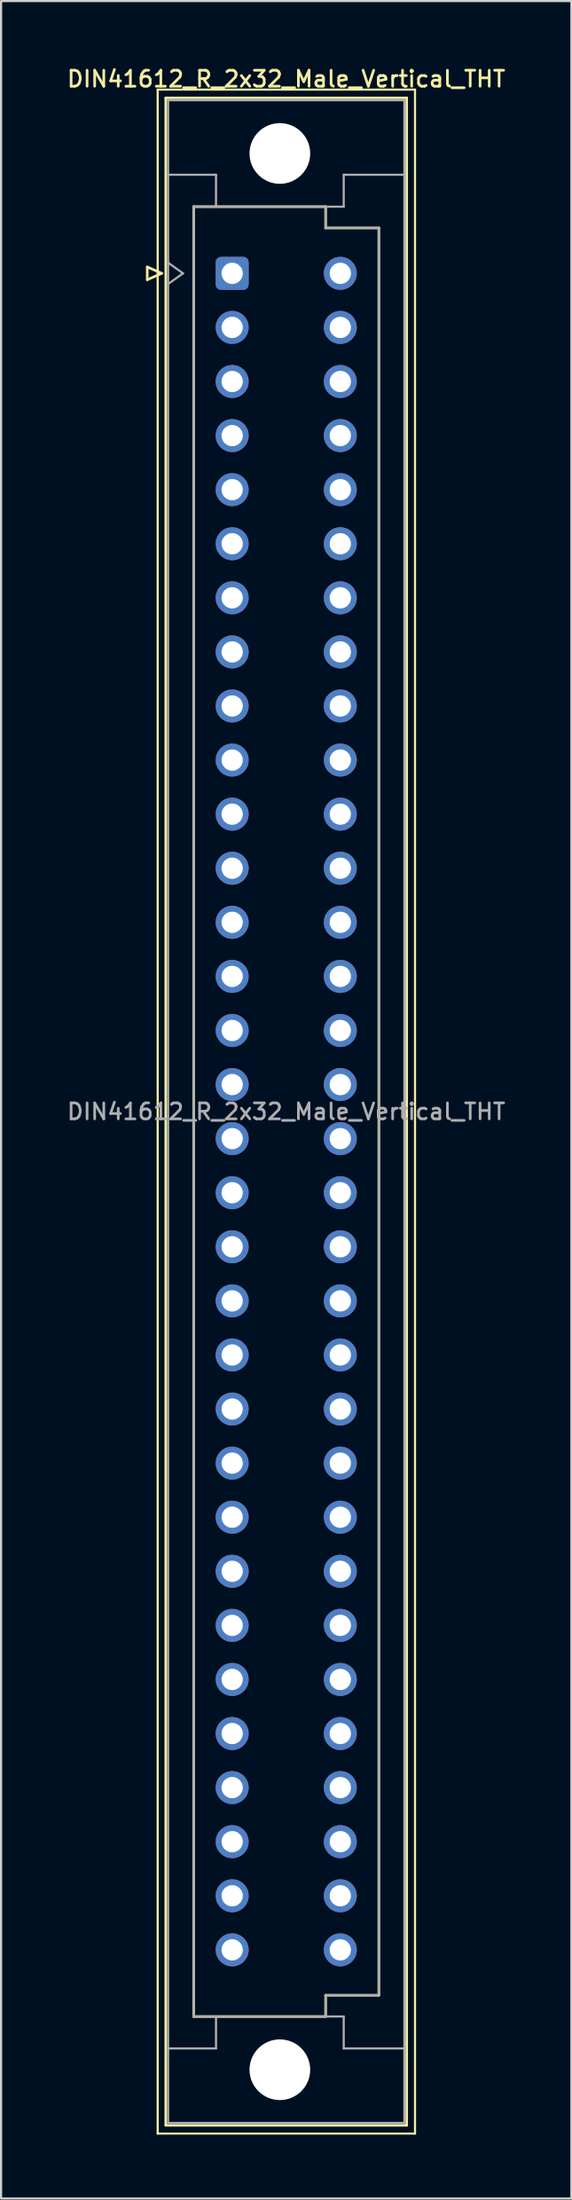
<source format=kicad_pcb>
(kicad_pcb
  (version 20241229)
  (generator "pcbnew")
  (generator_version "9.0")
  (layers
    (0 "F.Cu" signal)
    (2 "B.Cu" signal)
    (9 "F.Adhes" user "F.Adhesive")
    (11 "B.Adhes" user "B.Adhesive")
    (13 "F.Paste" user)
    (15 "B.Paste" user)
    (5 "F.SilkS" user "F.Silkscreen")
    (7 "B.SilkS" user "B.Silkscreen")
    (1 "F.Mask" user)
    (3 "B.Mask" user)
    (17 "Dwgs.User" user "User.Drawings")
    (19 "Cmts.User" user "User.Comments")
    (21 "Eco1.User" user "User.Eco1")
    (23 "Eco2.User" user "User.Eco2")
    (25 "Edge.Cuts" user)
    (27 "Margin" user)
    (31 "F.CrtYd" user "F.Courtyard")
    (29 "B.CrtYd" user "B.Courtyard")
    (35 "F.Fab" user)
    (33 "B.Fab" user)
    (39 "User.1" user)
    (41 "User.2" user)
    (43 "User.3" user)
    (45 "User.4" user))
  (footprint "DIN41612_R_2x32_Male_Vertical_THT"
    (layer "F.Cu")
    (at 7.858 9.788)
    (property "Reference" "DIN41612_R_2x32_Male_Vertical_THT" (at 2.54 -9.13 0) (layer "F.SilkS") (effects (font (size 0.75 0.75) (thickness 0.125))))
    (attr through_hole)
    (fp_line (start -3.99 -0.3) (end -3.99 0.3) (stroke (width 0.12) (type solid)) (layer "F.SilkS"))
    (fp_line (start -3.99 0.3) (end -3.31 0) (stroke (width 0.12) (type solid)) (layer "F.SilkS"))
    (fp_line (start -3.5 -8.63) (end 8.59 -8.63) (stroke (width 0.1) (type solid)) (layer "F.SilkS"))
    (fp_line (start -3.5 87.37) (end -3.5 -8.63) (stroke (width 0.1) (type solid)) (layer "F.SilkS"))
    (fp_line (start -3.31 0) (end -3.99 -0.3) (stroke (width 0.12) (type solid)) (layer "F.SilkS"))
    (fp_line (start -3.12 -8.24) (end 8.2 -8.24) (stroke (width 0.12) (type solid)) (layer "F.SilkS"))
    (fp_line (start -3.12 86.98) (end -3.12 -8.24) (stroke (width 0.12) (type solid)) (layer "F.SilkS"))
    (fp_line (start -1.81 -3.131) (end 4.39 -3.131) (stroke (width 0.12) (type solid)) (layer "F.SilkS"))
    (fp_line (start -1.81 81.87) (end -1.81 -3.131) (stroke (width 0.12) (type solid)) (layer "F.SilkS"))
    (fp_line (start 4.39 -3.131) (end 4.39 -2.131) (stroke (width 0.12) (type solid)) (layer "F.SilkS"))
    (fp_line (start 4.39 -2.131) (end 6.89 -2.131) (stroke (width 0.12) (type solid)) (layer "F.SilkS"))
    (fp_line (start 4.39 80.87) (end 4.39 81.87) (stroke (width 0.12) (type solid)) (layer "F.SilkS"))
    (fp_line (start 4.39 81.87) (end -1.81 81.87) (stroke (width 0.12) (type solid)) (layer "F.SilkS"))
    (fp_line (start 6.89 -2.131) (end 6.89 80.87) (stroke (width 0.12) (type solid)) (layer "F.SilkS"))
    (fp_line (start 6.89 80.87) (end 4.39 80.87) (stroke (width 0.12) (type solid)) (layer "F.SilkS"))
    (fp_line (start 8.2 -8.24) (end 8.2 86.98) (stroke (width 0.12) (type solid)) (layer "F.SilkS"))
    (fp_line (start 8.2 86.98) (end -3.12 86.98) (stroke (width 0.12) (type solid)) (layer "F.SilkS"))
    (fp_line (start 8.59 -8.63) (end 8.59 87.37) (stroke (width 0.1) (type solid)) (layer "F.SilkS"))
    (fp_line (start 8.59 87.37) (end -3.5 87.37) (stroke (width 0.1) (type solid)) (layer "F.SilkS"))
    (fp_line (start -3.01 -8.13) (end 8.09 -8.13) (stroke (width 0.1) (type solid)) (layer "F.Fab"))
    (fp_line (start -3.01 -4.63) (end -0.76 -4.63) (stroke (width 0.1) (type solid)) (layer "F.Fab"))
    (fp_line (start -3.01 -0.5) (end -2.31 0) (stroke (width 0.1) (type solid)) (layer "F.Fab"))
    (fp_line (start -3.01 83.37) (end -0.76 83.37) (stroke (width 0.1) (type solid)) (layer "F.Fab"))
    (fp_line (start -3.01 86.87) (end -3.01 -8.13) (stroke (width 0.1) (type solid)) (layer "F.Fab"))
    (fp_line (start -2.31 0) (end -3.01 0.5) (stroke (width 0.1) (type solid)) (layer "F.Fab"))
    (fp_line (start -1.81 -3.13) (end 4.39 -3.13) (stroke (width 0.1) (type solid)) (layer "F.Fab"))
    (fp_line (start -1.81 81.87) (end -1.81 -3.13) (stroke (width 0.1) (type solid)) (layer "F.Fab"))
    (fp_line (start -0.76 -4.63) (end -0.76 -3.13) (stroke (width 0.1) (type solid)) (layer "F.Fab"))
    (fp_line (start -0.76 83.37) (end -0.76 81.87) (stroke (width 0.1) (type solid)) (layer "F.Fab"))
    (fp_line (start 4.39 -3.13) (end 4.39 -2.13) (stroke (width 0.1) (type solid)) (layer "F.Fab"))
    (fp_line (start 4.39 -3.13) (end 5.24 -3.13) (stroke (width 0.1) (type solid)) (layer "F.Fab"))
    (fp_line (start 4.39 -2.13) (end 6.89 -2.13) (stroke (width 0.1) (type solid)) (layer "F.Fab"))
    (fp_line (start 4.39 80.87) (end 4.39 81.87) (stroke (width 0.1) (type solid)) (layer "F.Fab"))
    (fp_line (start 4.39 81.87) (end -1.81 81.87) (stroke (width 0.1) (type solid)) (layer "F.Fab"))
    (fp_line (start 4.39 81.87) (end 5.24 81.87) (stroke (width 0.1) (type solid)) (layer "F.Fab"))
    (fp_line (start 5.24 -4.63) (end 8.09 -4.63) (stroke (width 0.1) (type solid)) (layer "F.Fab"))
    (fp_line (start 5.24 -3.13) (end 5.24 -4.63) (stroke (width 0.1) (type solid)) (layer "F.Fab"))
    (fp_line (start 5.24 81.87) (end 5.24 83.37) (stroke (width 0.1) (type solid)) (layer "F.Fab"))
    (fp_line (start 5.24 83.37) (end 8.09 83.37) (stroke (width 0.1) (type solid)) (layer "F.Fab"))
    (fp_line (start 6.89 -2.13) (end 6.89 80.87) (stroke (width 0.1) (type solid)) (layer "F.Fab"))
    (fp_line (start 6.89 80.87) (end 4.39 80.87) (stroke (width 0.1) (type solid)) (layer "F.Fab"))
    (fp_line (start 8.09 -8.13) (end 8.09 86.87) (stroke (width 0.1) (type solid)) (layer "F.Fab"))
    (fp_line (start 8.09 86.87) (end -3.01 86.87) (stroke (width 0.1) (type solid)) (layer "F.Fab"))
    (fp_text user "${REFERENCE}" (at 2.54 39.37 0) (layer "F.Fab") (effects (font (size 0.75 0.75) (thickness 0.125))))
    (pad "" np_thru_hole circle (at 2.24 -5.63) (size 2.85 2.85) (drill 2.85) (layers "*.Cu" "*.Mask"))
    (pad "" np_thru_hole circle (at 2.24 84.37) (size 2.85 2.85) (drill 2.85) (layers "*.Cu" "*.Mask"))
    (pad "a1" thru_hole roundrect (at 0 0) (size 1.55 1.55) (drill 1) (layers "*.Cu" "*.Mask") (roundrect_rratio 0.161))
    (pad "a2" thru_hole circle (at 0 2.54) (size 1.55 1.55) (drill 1) (layers "*.Cu" "*.Mask"))
    (pad "a3" thru_hole circle (at 0 5.08) (size 1.55 1.55) (drill 1) (layers "*.Cu" "*.Mask"))
    (pad "a4" thru_hole circle (at 0 7.62) (size 1.55 1.55) (drill 1) (layers "*.Cu" "*.Mask"))
    (pad "a5" thru_hole circle (at 0 10.16) (size 1.55 1.55) (drill 1) (layers "*.Cu" "*.Mask"))
    (pad "a6" thru_hole circle (at 0 12.7) (size 1.55 1.55) (drill 1) (layers "*.Cu" "*.Mask"))
    (pad "a7" thru_hole circle (at 0 15.24) (size 1.55 1.55) (drill 1) (layers "*.Cu" "*.Mask"))
    (pad "a8" thru_hole circle (at 0 17.78) (size 1.55 1.55) (drill 1) (layers "*.Cu" "*.Mask"))
    (pad "a9" thru_hole circle (at 0 20.32) (size 1.55 1.55) (drill 1) (layers "*.Cu" "*.Mask"))
    (pad "a10" thru_hole circle (at 0 22.86) (size 1.55 1.55) (drill 1) (layers "*.Cu" "*.Mask"))
    (pad "a11" thru_hole circle (at 0 25.4) (size 1.55 1.55) (drill 1) (layers "*.Cu" "*.Mask"))
    (pad "a12" thru_hole circle (at 0 27.94) (size 1.55 1.55) (drill 1) (layers "*.Cu" "*.Mask"))
    (pad "a13" thru_hole circle (at 0 30.48) (size 1.55 1.55) (drill 1) (layers "*.Cu" "*.Mask"))
    (pad "a14" thru_hole circle (at 0 33.02) (size 1.55 1.55) (drill 1) (layers "*.Cu" "*.Mask"))
    (pad "a15" thru_hole circle (at 0 35.56) (size 1.55 1.55) (drill 1) (layers "*.Cu" "*.Mask"))
    (pad "a16" thru_hole circle (at 0 38.1) (size 1.55 1.55) (drill 1) (layers "*.Cu" "*.Mask"))
    (pad "a17" thru_hole circle (at 0 40.64) (size 1.55 1.55) (drill 1) (layers "*.Cu" "*.Mask"))
    (pad "a18" thru_hole circle (at 0 43.18) (size 1.55 1.55) (drill 1) (layers "*.Cu" "*.Mask"))
    (pad "a19" thru_hole circle (at 0 45.72) (size 1.55 1.55) (drill 1) (layers "*.Cu" "*.Mask"))
    (pad "a20" thru_hole circle (at 0 48.26) (size 1.55 1.55) (drill 1) (layers "*.Cu" "*.Mask"))
    (pad "a21" thru_hole circle (at 0 50.8) (size 1.55 1.55) (drill 1) (layers "*.Cu" "*.Mask"))
    (pad "a22" thru_hole circle (at 0 53.34) (size 1.55 1.55) (drill 1) (layers "*.Cu" "*.Mask"))
    (pad "a23" thru_hole circle (at 0 55.88) (size 1.55 1.55) (drill 1) (layers "*.Cu" "*.Mask"))
    (pad "a24" thru_hole circle (at 0 58.42) (size 1.55 1.55) (drill 1) (layers "*.Cu" "*.Mask"))
    (pad "a25" thru_hole circle (at 0 60.96) (size 1.55 1.55) (drill 1) (layers "*.Cu" "*.Mask"))
    (pad "a26" thru_hole circle (at 0 63.5) (size 1.55 1.55) (drill 1) (layers "*.Cu" "*.Mask"))
    (pad "a27" thru_hole circle (at 0 66.04) (size 1.55 1.55) (drill 1) (layers "*.Cu" "*.Mask"))
    (pad "a28" thru_hole circle (at 0 68.58) (size 1.55 1.55) (drill 1) (layers "*.Cu" "*.Mask"))
    (pad "a29" thru_hole circle (at 0 71.12) (size 1.55 1.55) (drill 1) (layers "*.Cu" "*.Mask"))
    (pad "a30" thru_hole circle (at 0 73.66) (size 1.55 1.55) (drill 1) (layers "*.Cu" "*.Mask"))
    (pad "a31" thru_hole circle (at 0 76.2) (size 1.55 1.55) (drill 1) (layers "*.Cu" "*.Mask"))
    (pad "a32" thru_hole circle (at 0 78.74) (size 1.55 1.55) (drill 1) (layers "*.Cu" "*.Mask"))
    (pad "c1" thru_hole circle (at 5.08 0) (size 1.55 1.55) (drill 1) (layers "*.Cu" "*.Mask"))
    (pad "c2" thru_hole circle (at 5.08 2.54) (size 1.55 1.55) (drill 1) (layers "*.Cu" "*.Mask"))
    (pad "c3" thru_hole circle (at 5.08 5.08) (size 1.55 1.55) (drill 1) (layers "*.Cu" "*.Mask"))
    (pad "c4" thru_hole circle (at 5.08 7.62) (size 1.55 1.55) (drill 1) (layers "*.Cu" "*.Mask"))
    (pad "c5" thru_hole circle (at 5.08 10.16) (size 1.55 1.55) (drill 1) (layers "*.Cu" "*.Mask"))
    (pad "c6" thru_hole circle (at 5.08 12.7) (size 1.55 1.55) (drill 1) (layers "*.Cu" "*.Mask"))
    (pad "c7" thru_hole circle (at 5.08 15.24) (size 1.55 1.55) (drill 1) (layers "*.Cu" "*.Mask"))
    (pad "c8" thru_hole circle (at 5.08 17.78) (size 1.55 1.55) (drill 1) (layers "*.Cu" "*.Mask"))
    (pad "c9" thru_hole circle (at 5.08 20.32) (size 1.55 1.55) (drill 1) (layers "*.Cu" "*.Mask"))
    (pad "c10" thru_hole circle (at 5.08 22.86) (size 1.55 1.55) (drill 1) (layers "*.Cu" "*.Mask"))
    (pad "c11" thru_hole circle (at 5.08 25.4) (size 1.55 1.55) (drill 1) (layers "*.Cu" "*.Mask"))
    (pad "c12" thru_hole circle (at 5.08 27.94) (size 1.55 1.55) (drill 1) (layers "*.Cu" "*.Mask"))
    (pad "c13" thru_hole circle (at 5.08 30.48) (size 1.55 1.55) (drill 1) (layers "*.Cu" "*.Mask"))
    (pad "c14" thru_hole circle (at 5.08 33.02) (size 1.55 1.55) (drill 1) (layers "*.Cu" "*.Mask"))
    (pad "c15" thru_hole circle (at 5.08 35.56) (size 1.55 1.55) (drill 1) (layers "*.Cu" "*.Mask"))
    (pad "c16" thru_hole circle (at 5.08 38.1) (size 1.55 1.55) (drill 1) (layers "*.Cu" "*.Mask"))
    (pad "c17" thru_hole circle (at 5.08 40.64) (size 1.55 1.55) (drill 1) (layers "*.Cu" "*.Mask"))
    (pad "c18" thru_hole circle (at 5.08 43.18) (size 1.55 1.55) (drill 1) (layers "*.Cu" "*.Mask"))
    (pad "c19" thru_hole circle (at 5.08 45.72) (size 1.55 1.55) (drill 1) (layers "*.Cu" "*.Mask"))
    (pad "c20" thru_hole circle (at 5.08 48.26) (size 1.55 1.55) (drill 1) (layers "*.Cu" "*.Mask"))
    (pad "c21" thru_hole circle (at 5.08 50.8) (size 1.55 1.55) (drill 1) (layers "*.Cu" "*.Mask"))
    (pad "c22" thru_hole circle (at 5.08 53.34) (size 1.55 1.55) (drill 1) (layers "*.Cu" "*.Mask"))
    (pad "c23" thru_hole circle (at 5.08 55.88) (size 1.55 1.55) (drill 1) (layers "*.Cu" "*.Mask"))
    (pad "c24" thru_hole circle (at 5.08 58.42) (size 1.55 1.55) (drill 1) (layers "*.Cu" "*.Mask"))
    (pad "c25" thru_hole circle (at 5.08 60.96) (size 1.55 1.55) (drill 1) (layers "*.Cu" "*.Mask"))
    (pad "c26" thru_hole circle (at 5.08 63.5) (size 1.55 1.55) (drill 1) (layers "*.Cu" "*.Mask"))
    (pad "c27" thru_hole circle (at 5.08 66.04) (size 1.55 1.55) (drill 1) (layers "*.Cu" "*.Mask"))
    (pad "c28" thru_hole circle (at 5.08 68.58) (size 1.55 1.55) (drill 1) (layers "*.Cu" "*.Mask"))
    (pad "c29" thru_hole circle (at 5.08 71.12) (size 1.55 1.55) (drill 1) (layers "*.Cu" "*.Mask"))
    (pad "c30" thru_hole circle (at 5.08 73.66) (size 1.55 1.55) (drill 1) (layers "*.Cu" "*.Mask"))
    (pad "c31" thru_hole circle (at 5.08 76.2) (size 1.55 1.55) (drill 1) (layers "*.Cu" "*.Mask"))
    (pad "c32" thru_hole circle (at 5.08 78.74) (size 1.55 1.55) (drill 1) (layers "*.Cu" "*.Mask")))
  (gr_rect
    (start -3 -3)
    (end 23.796 100.208)
    (stroke (width 0.1) (type default))
    (fill no)
    (layer "Edge.Cuts")))
</source>
